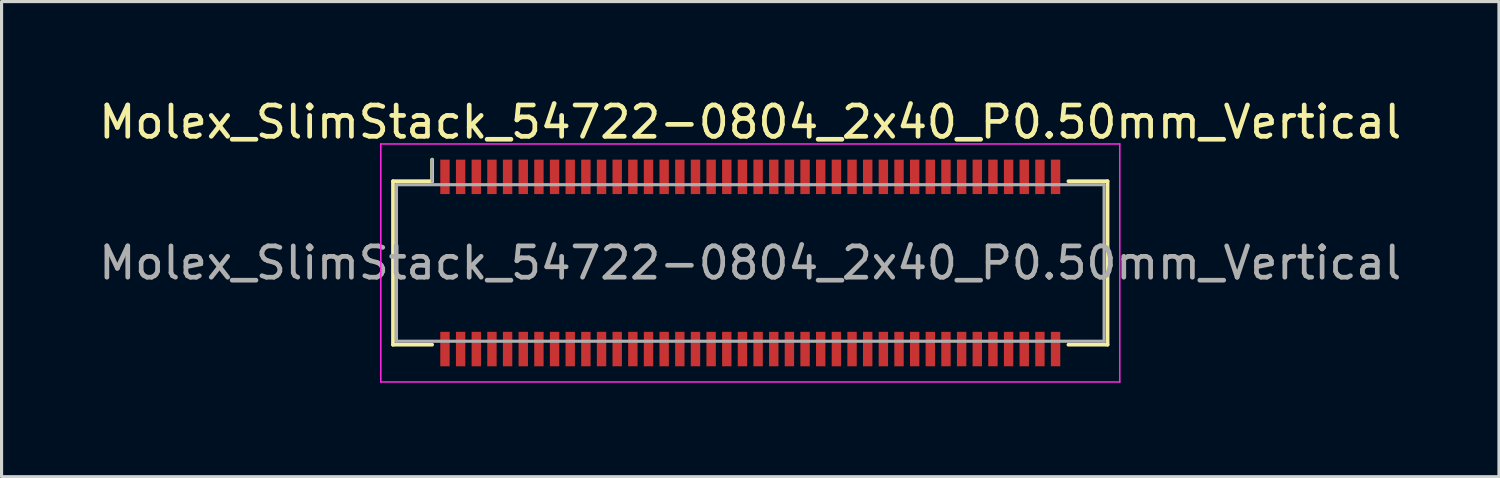
<source format=kicad_pcb>
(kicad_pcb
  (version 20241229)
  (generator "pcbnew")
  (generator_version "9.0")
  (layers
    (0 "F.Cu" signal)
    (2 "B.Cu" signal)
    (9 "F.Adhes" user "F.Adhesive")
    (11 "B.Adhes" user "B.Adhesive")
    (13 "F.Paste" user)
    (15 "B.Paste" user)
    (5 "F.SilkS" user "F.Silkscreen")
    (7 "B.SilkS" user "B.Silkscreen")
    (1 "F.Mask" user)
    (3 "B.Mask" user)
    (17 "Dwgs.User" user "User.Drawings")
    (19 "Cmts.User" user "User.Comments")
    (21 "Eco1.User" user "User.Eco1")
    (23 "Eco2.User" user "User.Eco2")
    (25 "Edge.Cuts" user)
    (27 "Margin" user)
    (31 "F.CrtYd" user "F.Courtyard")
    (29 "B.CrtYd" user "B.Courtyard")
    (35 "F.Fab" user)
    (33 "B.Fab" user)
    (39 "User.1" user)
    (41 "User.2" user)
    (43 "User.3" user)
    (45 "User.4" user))
  (footprint "Molex_SlimStack_54722-0804_2x40_P0.50mm_Vertical"
    (layer "F.Cu")
    (at 20.911 5.348)
    (property "Reference" "Molex_SlimStack_54722-0804_2x40_P0.50mm_Vertical" (at 0 -4.5 0) (layer "F.SilkS") (effects (font (size 1 1) (thickness 0.15))))
    (attr smd)
    (fp_line (start -11.41 -2.61) (end -10.16 -2.61) (stroke (width 0.12) (type solid)) (layer "F.SilkS"))
    (fp_line (start -11.41 2.61) (end -11.41 -2.61) (stroke (width 0.12) (type solid)) (layer "F.SilkS"))
    (fp_line (start -10.16 -2.61) (end -10.16 -3.3) (stroke (width 0.12) (type solid)) (layer "F.SilkS"))
    (fp_line (start -10.16 2.61) (end -11.41 2.61) (stroke (width 0.12) (type solid)) (layer "F.SilkS"))
    (fp_line (start 10.16 2.61) (end 11.41 2.61) (stroke (width 0.12) (type solid)) (layer "F.SilkS"))
    (fp_line (start 11.41 -2.61) (end 10.16 -2.61) (stroke (width 0.12) (type solid)) (layer "F.SilkS"))
    (fp_line (start 11.41 2.61) (end 11.41 -2.61) (stroke (width 0.12) (type solid)) (layer "F.SilkS"))
    (fp_line (start -11.8 -3.8) (end -11.8 3.8) (stroke (width 0.05) (type solid)) (layer "F.CrtYd"))
    (fp_line (start -11.8 3.8) (end 11.8 3.8) (stroke (width 0.05) (type solid)) (layer "F.CrtYd"))
    (fp_line (start 11.8 -3.8) (end -11.8 -3.8) (stroke (width 0.05) (type solid)) (layer "F.CrtYd"))
    (fp_line (start 11.8 3.8) (end 11.8 -3.8) (stroke (width 0.05) (type solid)) (layer "F.CrtYd"))
    (fp_line (start -11.3 -2.5) (end -11.3 2.5) (stroke (width 0.1) (type solid)) (layer "F.Fab"))
    (fp_line (start -11.3 2.5) (end 11.3 2.5) (stroke (width 0.1) (type solid)) (layer "F.Fab"))
    (fp_line (start -10.16 -2.61) (end -10.16 -3.3) (stroke (width 0.1) (type solid)) (layer "F.Fab"))
    (fp_line (start 11.3 -2.5) (end -11.3 -2.5) (stroke (width 0.1) (type solid)) (layer "F.Fab"))
    (fp_line (start 11.3 2.5) (end 11.3 -2.5) (stroke (width 0.1) (type solid)) (layer "F.Fab"))
    (fp_text user "${REFERENCE}" (at 0 0 0) (layer "F.Fab") (effects (font (size 1 1) (thickness 0.15))))
    (pad "1" smd rect (at -9.75 -2.75) (size 0.3 1.1) (layers "F.Cu" "F.Mask" "F.Paste"))
    (pad "2" smd rect (at -9.75 2.75) (size 0.3 1.1) (layers "F.Cu" "F.Mask" "F.Paste"))
    (pad "3" smd rect (at -9.25 -2.75) (size 0.3 1.1) (layers "F.Cu" "F.Mask" "F.Paste"))
    (pad "4" smd rect (at -9.25 2.75) (size 0.3 1.1) (layers "F.Cu" "F.Mask" "F.Paste"))
    (pad "5" smd rect (at -8.75 -2.75) (size 0.3 1.1) (layers "F.Cu" "F.Mask" "F.Paste"))
    (pad "6" smd rect (at -8.75 2.75) (size 0.3 1.1) (layers "F.Cu" "F.Mask" "F.Paste"))
    (pad "7" smd rect (at -8.25 -2.75) (size 0.3 1.1) (layers "F.Cu" "F.Mask" "F.Paste"))
    (pad "8" smd rect (at -8.25 2.75) (size 0.3 1.1) (layers "F.Cu" "F.Mask" "F.Paste"))
    (pad "9" smd rect (at -7.75 -2.75) (size 0.3 1.1) (layers "F.Cu" "F.Mask" "F.Paste"))
    (pad "10" smd rect (at -7.75 2.75) (size 0.3 1.1) (layers "F.Cu" "F.Mask" "F.Paste"))
    (pad "11" smd rect (at -7.25 -2.75) (size 0.3 1.1) (layers "F.Cu" "F.Mask" "F.Paste"))
    (pad "12" smd rect (at -7.25 2.75) (size 0.3 1.1) (layers "F.Cu" "F.Mask" "F.Paste"))
    (pad "13" smd rect (at -6.75 -2.75) (size 0.3 1.1) (layers "F.Cu" "F.Mask" "F.Paste"))
    (pad "14" smd rect (at -6.75 2.75) (size 0.3 1.1) (layers "F.Cu" "F.Mask" "F.Paste"))
    (pad "15" smd rect (at -6.25 -2.75) (size 0.3 1.1) (layers "F.Cu" "F.Mask" "F.Paste"))
    (pad "16" smd rect (at -6.25 2.75) (size 0.3 1.1) (layers "F.Cu" "F.Mask" "F.Paste"))
    (pad "17" smd rect (at -5.75 -2.75) (size 0.3 1.1) (layers "F.Cu" "F.Mask" "F.Paste"))
    (pad "18" smd rect (at -5.75 2.75) (size 0.3 1.1) (layers "F.Cu" "F.Mask" "F.Paste"))
    (pad "19" smd rect (at -5.25 -2.75) (size 0.3 1.1) (layers "F.Cu" "F.Mask" "F.Paste"))
    (pad "20" smd rect (at -5.25 2.75) (size 0.3 1.1) (layers "F.Cu" "F.Mask" "F.Paste"))
    (pad "21" smd rect (at -4.75 -2.75) (size 0.3 1.1) (layers "F.Cu" "F.Mask" "F.Paste"))
    (pad "22" smd rect (at -4.75 2.75) (size 0.3 1.1) (layers "F.Cu" "F.Mask" "F.Paste"))
    (pad "23" smd rect (at -4.25 -2.75) (size 0.3 1.1) (layers "F.Cu" "F.Mask" "F.Paste"))
    (pad "24" smd rect (at -4.25 2.75) (size 0.3 1.1) (layers "F.Cu" "F.Mask" "F.Paste"))
    (pad "25" smd rect (at -3.75 -2.75) (size 0.3 1.1) (layers "F.Cu" "F.Mask" "F.Paste"))
    (pad "26" smd rect (at -3.75 2.75) (size 0.3 1.1) (layers "F.Cu" "F.Mask" "F.Paste"))
    (pad "27" smd rect (at -3.25 -2.75) (size 0.3 1.1) (layers "F.Cu" "F.Mask" "F.Paste"))
    (pad "28" smd rect (at -3.25 2.75) (size 0.3 1.1) (layers "F.Cu" "F.Mask" "F.Paste"))
    (pad "29" smd rect (at -2.75 -2.75) (size 0.3 1.1) (layers "F.Cu" "F.Mask" "F.Paste"))
    (pad "30" smd rect (at -2.75 2.75) (size 0.3 1.1) (layers "F.Cu" "F.Mask" "F.Paste"))
    (pad "31" smd rect (at -2.25 -2.75) (size 0.3 1.1) (layers "F.Cu" "F.Mask" "F.Paste"))
    (pad "32" smd rect (at -2.25 2.75) (size 0.3 1.1) (layers "F.Cu" "F.Mask" "F.Paste"))
    (pad "33" smd rect (at -1.75 -2.75) (size 0.3 1.1) (layers "F.Cu" "F.Mask" "F.Paste"))
    (pad "34" smd rect (at -1.75 2.75) (size 0.3 1.1) (layers "F.Cu" "F.Mask" "F.Paste"))
    (pad "35" smd rect (at -1.25 -2.75) (size 0.3 1.1) (layers "F.Cu" "F.Mask" "F.Paste"))
    (pad "36" smd rect (at -1.25 2.75) (size 0.3 1.1) (layers "F.Cu" "F.Mask" "F.Paste"))
    (pad "37" smd rect (at -0.75 -2.75) (size 0.3 1.1) (layers "F.Cu" "F.Mask" "F.Paste"))
    (pad "38" smd rect (at -0.75 2.75) (size 0.3 1.1) (layers "F.Cu" "F.Mask" "F.Paste"))
    (pad "39" smd rect (at -0.25 -2.75) (size 0.3 1.1) (layers "F.Cu" "F.Mask" "F.Paste"))
    (pad "40" smd rect (at -0.25 2.75) (size 0.3 1.1) (layers "F.Cu" "F.Mask" "F.Paste"))
    (pad "41" smd rect (at 0.25 -2.75) (size 0.3 1.1) (layers "F.Cu" "F.Mask" "F.Paste"))
    (pad "42" smd rect (at 0.25 2.75) (size 0.3 1.1) (layers "F.Cu" "F.Mask" "F.Paste"))
    (pad "43" smd rect (at 0.75 -2.75) (size 0.3 1.1) (layers "F.Cu" "F.Mask" "F.Paste"))
    (pad "44" smd rect (at 0.75 2.75) (size 0.3 1.1) (layers "F.Cu" "F.Mask" "F.Paste"))
    (pad "45" smd rect (at 1.25 -2.75) (size 0.3 1.1) (layers "F.Cu" "F.Mask" "F.Paste"))
    (pad "46" smd rect (at 1.25 2.75) (size 0.3 1.1) (layers "F.Cu" "F.Mask" "F.Paste"))
    (pad "47" smd rect (at 1.75 -2.75) (size 0.3 1.1) (layers "F.Cu" "F.Mask" "F.Paste"))
    (pad "48" smd rect (at 1.75 2.75) (size 0.3 1.1) (layers "F.Cu" "F.Mask" "F.Paste"))
    (pad "49" smd rect (at 2.25 -2.75) (size 0.3 1.1) (layers "F.Cu" "F.Mask" "F.Paste"))
    (pad "50" smd rect (at 2.25 2.75) (size 0.3 1.1) (layers "F.Cu" "F.Mask" "F.Paste"))
    (pad "51" smd rect (at 2.75 -2.75) (size 0.3 1.1) (layers "F.Cu" "F.Mask" "F.Paste"))
    (pad "52" smd rect (at 2.75 2.75) (size 0.3 1.1) (layers "F.Cu" "F.Mask" "F.Paste"))
    (pad "53" smd rect (at 3.25 -2.75) (size 0.3 1.1) (layers "F.Cu" "F.Mask" "F.Paste"))
    (pad "54" smd rect (at 3.25 2.75) (size 0.3 1.1) (layers "F.Cu" "F.Mask" "F.Paste"))
    (pad "55" smd rect (at 3.75 -2.75) (size 0.3 1.1) (layers "F.Cu" "F.Mask" "F.Paste"))
    (pad "56" smd rect (at 3.75 2.75) (size 0.3 1.1) (layers "F.Cu" "F.Mask" "F.Paste"))
    (pad "57" smd rect (at 4.25 -2.75) (size 0.3 1.1) (layers "F.Cu" "F.Mask" "F.Paste"))
    (pad "58" smd rect (at 4.25 2.75) (size 0.3 1.1) (layers "F.Cu" "F.Mask" "F.Paste"))
    (pad "59" smd rect (at 4.75 -2.75) (size 0.3 1.1) (layers "F.Cu" "F.Mask" "F.Paste"))
    (pad "60" smd rect (at 4.75 2.75) (size 0.3 1.1) (layers "F.Cu" "F.Mask" "F.Paste"))
    (pad "61" smd rect (at 5.25 -2.75) (size 0.3 1.1) (layers "F.Cu" "F.Mask" "F.Paste"))
    (pad "62" smd rect (at 5.25 2.75) (size 0.3 1.1) (layers "F.Cu" "F.Mask" "F.Paste"))
    (pad "63" smd rect (at 5.75 -2.75) (size 0.3 1.1) (layers "F.Cu" "F.Mask" "F.Paste"))
    (pad "64" smd rect (at 5.75 2.75) (size 0.3 1.1) (layers "F.Cu" "F.Mask" "F.Paste"))
    (pad "65" smd rect (at 6.25 -2.75) (size 0.3 1.1) (layers "F.Cu" "F.Mask" "F.Paste"))
    (pad "66" smd rect (at 6.25 2.75) (size 0.3 1.1) (layers "F.Cu" "F.Mask" "F.Paste"))
    (pad "67" smd rect (at 6.75 -2.75) (size 0.3 1.1) (layers "F.Cu" "F.Mask" "F.Paste"))
    (pad "68" smd rect (at 6.75 2.75) (size 0.3 1.1) (layers "F.Cu" "F.Mask" "F.Paste"))
    (pad "69" smd rect (at 7.25 -2.75) (size 0.3 1.1) (layers "F.Cu" "F.Mask" "F.Paste"))
    (pad "70" smd rect (at 7.25 2.75) (size 0.3 1.1) (layers "F.Cu" "F.Mask" "F.Paste"))
    (pad "71" smd rect (at 7.75 -2.75) (size 0.3 1.1) (layers "F.Cu" "F.Mask" "F.Paste"))
    (pad "72" smd rect (at 7.75 2.75) (size 0.3 1.1) (layers "F.Cu" "F.Mask" "F.Paste"))
    (pad "73" smd rect (at 8.25 -2.75) (size 0.3 1.1) (layers "F.Cu" "F.Mask" "F.Paste"))
    (pad "74" smd rect (at 8.25 2.75) (size 0.3 1.1) (layers "F.Cu" "F.Mask" "F.Paste"))
    (pad "75" smd rect (at 8.75 -2.75) (size 0.3 1.1) (layers "F.Cu" "F.Mask" "F.Paste"))
    (pad "76" smd rect (at 8.75 2.75) (size 0.3 1.1) (layers "F.Cu" "F.Mask" "F.Paste"))
    (pad "77" smd rect (at 9.25 -2.75) (size 0.3 1.1) (layers "F.Cu" "F.Mask" "F.Paste"))
    (pad "78" smd rect (at 9.25 2.75) (size 0.3 1.1) (layers "F.Cu" "F.Mask" "F.Paste"))
    (pad "79" smd rect (at 9.75 -2.75) (size 0.3 1.1) (layers "F.Cu" "F.Mask" "F.Paste"))
    (pad "80" smd rect (at 9.75 2.75) (size 0.3 1.1) (layers "F.Cu" "F.Mask" "F.Paste")))
  (gr_rect
    (start -3 -3)
    (end 44.821 12.173)
    (stroke (width 0.1) (type default))
    (fill no)
    (layer "Edge.Cuts")))
</source>
